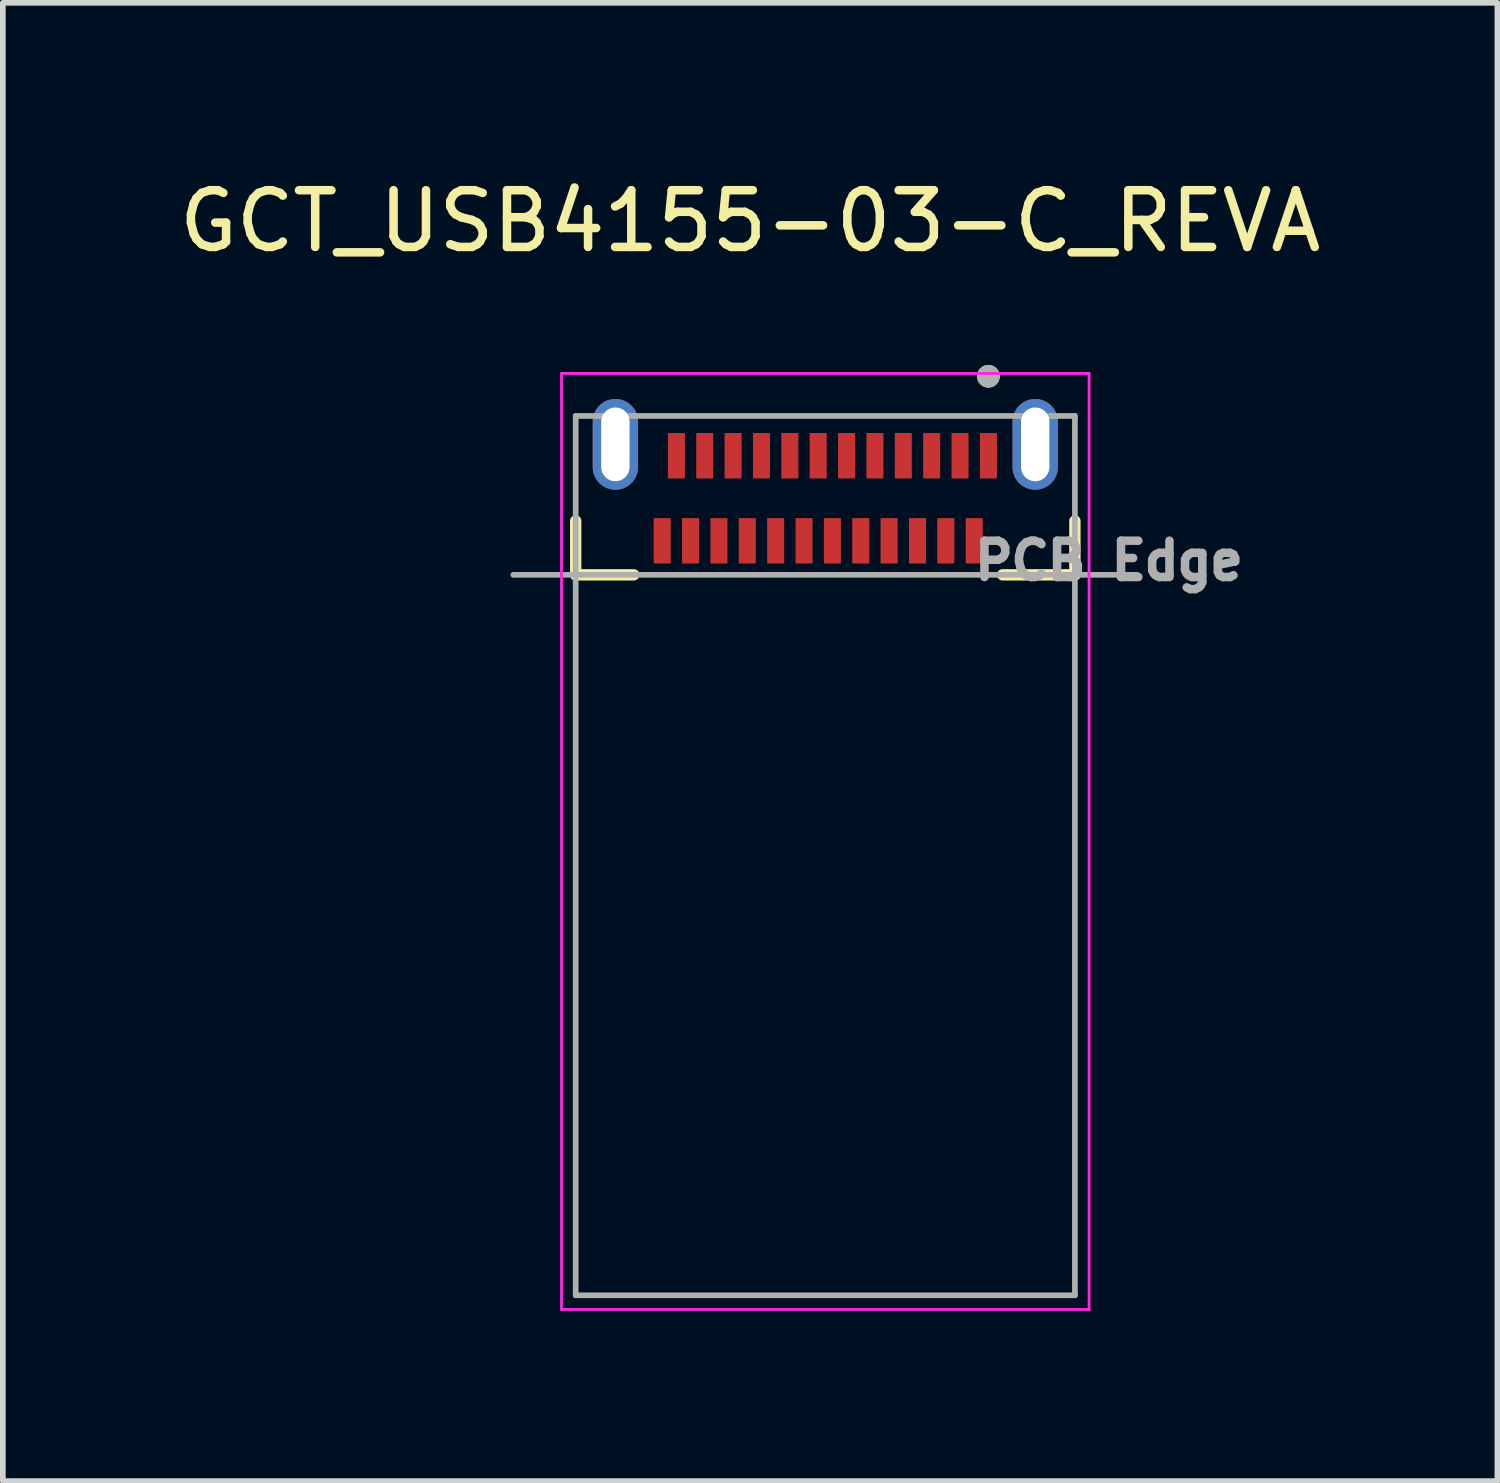
<source format=kicad_pcb>
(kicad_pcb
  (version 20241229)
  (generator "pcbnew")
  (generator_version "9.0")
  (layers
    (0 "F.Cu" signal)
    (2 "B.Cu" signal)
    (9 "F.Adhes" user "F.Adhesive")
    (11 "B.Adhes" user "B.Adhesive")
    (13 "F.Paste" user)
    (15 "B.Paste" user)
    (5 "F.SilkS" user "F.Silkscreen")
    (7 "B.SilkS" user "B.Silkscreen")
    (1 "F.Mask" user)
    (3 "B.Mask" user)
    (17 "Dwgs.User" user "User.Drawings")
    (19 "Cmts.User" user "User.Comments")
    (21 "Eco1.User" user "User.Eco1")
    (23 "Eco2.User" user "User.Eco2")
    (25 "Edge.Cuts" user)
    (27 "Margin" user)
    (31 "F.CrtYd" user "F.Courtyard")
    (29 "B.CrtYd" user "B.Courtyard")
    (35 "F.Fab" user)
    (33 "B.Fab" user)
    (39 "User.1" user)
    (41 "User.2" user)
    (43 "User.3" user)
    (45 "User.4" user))
  (footprint "GCT_USB4155-03-C_REVA"
    (layer "F.Cu")
    (at 11.498 5.733)
    (property "Reference" "GCT_USB4155-03-C_REVA" (at -1.325 -4.885 0) (layer "F.SilkS") (effects (font (size 1 1) (thickness 0.15))))
    (attr smd)
    (fp_poly (pts (xy -3.7 -1.95) (xy -3.731 -1.949) (xy -3.763 -1.947) (xy -3.794 -1.943) (xy -3.825 -1.937) (xy -3.855 -1.93) (xy -3.885 -1.921) (xy -3.915 -1.91) (xy -3.944 -1.898) (xy -3.972 -1.885) (xy -4 -1.87) (xy -4.027 -1.853) (xy -4.053 -1.835) (xy -4.078 -1.816) (xy -4.101 -1.796) (xy -4.124 -1.774) (xy -4.146 -1.751) (xy -4.166 -1.728) (xy -4.185 -1.703) (xy -4.203 -1.677) (xy -4.22 -1.65) (xy -4.235 -1.622) (xy -4.248 -1.594) (xy -4.26 -1.565) (xy -4.271 -1.535) (xy -4.28 -1.505) (xy -4.287 -1.475) (xy -4.293 -1.444) (xy -4.297 -1.413) (xy -4.299 -1.381) (xy -4.3 -1.35) (xy -4.3 -0.55) (xy -4.299 -0.519) (xy -4.297 -0.487) (xy -4.293 -0.456) (xy -4.287 -0.425) (xy -4.28 -0.395) (xy -4.271 -0.365) (xy -4.26 -0.335) (xy -4.248 -0.306) (xy -4.235 -0.278) (xy -4.22 -0.25) (xy -4.203 -0.223) (xy -4.185 -0.197) (xy -4.166 -0.172) (xy -4.146 -0.149) (xy -4.124 -0.126) (xy -4.101 -0.104) (xy -4.078 -0.084) (xy -4.053 -0.065) (xy -4.027 -0.047) (xy -4 -0.03) (xy -3.972 -0.015) (xy -3.944 -0.002) (xy -3.915 0.01) (xy -3.885 0.021) (xy -3.855 0.03) (xy -3.825 0.037) (xy -3.794 0.043) (xy -3.763 0.047) (xy -3.731 0.049) (xy -3.7 0.05) (xy -3.669 0.049) (xy -3.637 0.047) (xy -3.606 0.043) (xy -3.575 0.037) (xy -3.545 0.03) (xy -3.515 0.021) (xy -3.485 0.01) (xy -3.456 -0.002) (xy -3.428 -0.015) (xy -3.4 -0.03) (xy -3.373 -0.047) (xy -3.347 -0.065) (xy -3.322 -0.084) (xy -3.299 -0.104) (xy -3.276 -0.126) (xy -3.254 -0.149) (xy -3.234 -0.172) (xy -3.215 -0.197) (xy -3.197 -0.223) (xy -3.18 -0.25) (xy -3.165 -0.278) (xy -3.152 -0.306) (xy -3.14 -0.335) (xy -3.129 -0.365) (xy -3.12 -0.395) (xy -3.113 -0.425) (xy -3.107 -0.456) (xy -3.103 -0.487) (xy -3.101 -0.519) (xy -3.1 -0.55) (xy -3.1 -1.35) (xy -3.101 -1.381) (xy -3.103 -1.413) (xy -3.107 -1.444) (xy -3.113 -1.475) (xy -3.12 -1.505) (xy -3.129 -1.535) (xy -3.14 -1.565) (xy -3.152 -1.594) (xy -3.165 -1.622) (xy -3.18 -1.65) (xy -3.197 -1.677) (xy -3.215 -1.703) (xy -3.234 -1.728) (xy -3.254 -1.751) (xy -3.276 -1.774) (xy -3.299 -1.796) (xy -3.322 -1.816) (xy -3.347 -1.835) (xy -3.373 -1.853) (xy -3.4 -1.87) (xy -3.428 -1.885) (xy -3.456 -1.898) (xy -3.485 -1.91) (xy -3.515 -1.921) (xy -3.545 -1.93) (xy -3.575 -1.937) (xy -3.606 -1.943) (xy -3.637 -1.947) (xy -3.669 -1.949) (xy -3.7 -1.95)) (stroke (width 0.01) (type solid)) (fill yes) (layer "F.Mask"))
    (fp_poly (pts (xy 3.7 -1.95) (xy 3.669 -1.949) (xy 3.637 -1.947) (xy 3.606 -1.943) (xy 3.575 -1.937) (xy 3.545 -1.93) (xy 3.515 -1.921) (xy 3.485 -1.91) (xy 3.456 -1.898) (xy 3.428 -1.885) (xy 3.4 -1.87) (xy 3.373 -1.853) (xy 3.347 -1.835) (xy 3.322 -1.816) (xy 3.299 -1.796) (xy 3.276 -1.774) (xy 3.254 -1.751) (xy 3.234 -1.728) (xy 3.215 -1.703) (xy 3.197 -1.677) (xy 3.18 -1.65) (xy 3.165 -1.622) (xy 3.152 -1.594) (xy 3.14 -1.565) (xy 3.129 -1.535) (xy 3.12 -1.505) (xy 3.113 -1.475) (xy 3.107 -1.444) (xy 3.103 -1.413) (xy 3.101 -1.381) (xy 3.1 -1.35) (xy 3.1 -0.55) (xy 3.101 -0.519) (xy 3.103 -0.487) (xy 3.107 -0.456) (xy 3.113 -0.425) (xy 3.12 -0.395) (xy 3.129 -0.365) (xy 3.14 -0.335) (xy 3.152 -0.306) (xy 3.165 -0.278) (xy 3.18 -0.25) (xy 3.197 -0.223) (xy 3.215 -0.197) (xy 3.234 -0.172) (xy 3.254 -0.149) (xy 3.276 -0.126) (xy 3.299 -0.104) (xy 3.322 -0.084) (xy 3.347 -0.065) (xy 3.373 -0.047) (xy 3.4 -0.03) (xy 3.428 -0.015) (xy 3.456 -0.002) (xy 3.485 0.01) (xy 3.515 0.021) (xy 3.545 0.03) (xy 3.575 0.037) (xy 3.606 0.043) (xy 3.637 0.047) (xy 3.669 0.049) (xy 3.7 0.05) (xy 3.731 0.049) (xy 3.763 0.047) (xy 3.794 0.043) (xy 3.825 0.037) (xy 3.855 0.03) (xy 3.885 0.021) (xy 3.915 0.01) (xy 3.944 -0.002) (xy 3.972 -0.015) (xy 4 -0.03) (xy 4.027 -0.047) (xy 4.053 -0.065) (xy 4.078 -0.084) (xy 4.101 -0.104) (xy 4.124 -0.126) (xy 4.146 -0.149) (xy 4.166 -0.172) (xy 4.185 -0.197) (xy 4.203 -0.223) (xy 4.22 -0.25) (xy 4.235 -0.278) (xy 4.248 -0.306) (xy 4.26 -0.335) (xy 4.271 -0.365) (xy 4.28 -0.395) (xy 4.287 -0.425) (xy 4.293 -0.456) (xy 4.297 -0.487) (xy 4.299 -0.519) (xy 4.3 -0.55) (xy 4.3 -1.35) (xy 4.299 -1.381) (xy 4.297 -1.413) (xy 4.293 -1.444) (xy 4.287 -1.475) (xy 4.28 -1.505) (xy 4.271 -1.535) (xy 4.26 -1.565) (xy 4.248 -1.594) (xy 4.235 -1.622) (xy 4.22 -1.65) (xy 4.203 -1.677) (xy 4.185 -1.703) (xy 4.166 -1.728) (xy 4.146 -1.751) (xy 4.124 -1.774) (xy 4.101 -1.796) (xy 4.078 -1.816) (xy 4.053 -1.835) (xy 4.027 -1.853) (xy 4 -1.87) (xy 3.972 -1.885) (xy 3.944 -1.898) (xy 3.915 -1.91) (xy 3.885 -1.921) (xy 3.855 -1.93) (xy 3.825 -1.937) (xy 3.794 -1.943) (xy 3.763 -1.947) (xy 3.731 -1.949) (xy 3.7 -1.95)) (stroke (width 0.01) (type solid)) (fill yes) (layer "F.Mask"))
    (fp_poly (pts (xy -3.7 -1.95) (xy -3.731 -1.949) (xy -3.763 -1.947) (xy -3.794 -1.943) (xy -3.825 -1.937) (xy -3.855 -1.93) (xy -3.885 -1.921) (xy -3.915 -1.91) (xy -3.944 -1.898) (xy -3.972 -1.885) (xy -4 -1.87) (xy -4.027 -1.853) (xy -4.053 -1.835) (xy -4.078 -1.816) (xy -4.101 -1.796) (xy -4.124 -1.774) (xy -4.146 -1.751) (xy -4.166 -1.728) (xy -4.185 -1.703) (xy -4.203 -1.677) (xy -4.22 -1.65) (xy -4.235 -1.622) (xy -4.248 -1.594) (xy -4.26 -1.565) (xy -4.271 -1.535) (xy -4.28 -1.505) (xy -4.287 -1.475) (xy -4.293 -1.444) (xy -4.297 -1.413) (xy -4.299 -1.381) (xy -4.3 -1.35) (xy -4.3 -0.55) (xy -4.299 -0.519) (xy -4.297 -0.487) (xy -4.293 -0.456) (xy -4.287 -0.425) (xy -4.28 -0.395) (xy -4.271 -0.365) (xy -4.26 -0.335) (xy -4.248 -0.306) (xy -4.235 -0.278) (xy -4.22 -0.25) (xy -4.203 -0.223) (xy -4.185 -0.197) (xy -4.166 -0.172) (xy -4.146 -0.149) (xy -4.124 -0.126) (xy -4.101 -0.104) (xy -4.078 -0.084) (xy -4.053 -0.065) (xy -4.027 -0.047) (xy -4 -0.03) (xy -3.972 -0.015) (xy -3.944 -0.002) (xy -3.915 0.01) (xy -3.885 0.021) (xy -3.855 0.03) (xy -3.825 0.037) (xy -3.794 0.043) (xy -3.763 0.047) (xy -3.731 0.049) (xy -3.7 0.05) (xy -3.669 0.049) (xy -3.637 0.047) (xy -3.606 0.043) (xy -3.575 0.037) (xy -3.545 0.03) (xy -3.515 0.021) (xy -3.485 0.01) (xy -3.456 -0.002) (xy -3.428 -0.015) (xy -3.4 -0.03) (xy -3.373 -0.047) (xy -3.347 -0.065) (xy -3.322 -0.084) (xy -3.299 -0.104) (xy -3.276 -0.126) (xy -3.254 -0.149) (xy -3.234 -0.172) (xy -3.215 -0.197) (xy -3.197 -0.223) (xy -3.18 -0.25) (xy -3.165 -0.278) (xy -3.152 -0.306) (xy -3.14 -0.335) (xy -3.129 -0.365) (xy -3.12 -0.395) (xy -3.113 -0.425) (xy -3.107 -0.456) (xy -3.103 -0.487) (xy -3.101 -0.519) (xy -3.1 -0.55) (xy -3.1 -1.35) (xy -3.101 -1.381) (xy -3.103 -1.413) (xy -3.107 -1.444) (xy -3.113 -1.475) (xy -3.12 -1.505) (xy -3.129 -1.535) (xy -3.14 -1.565) (xy -3.152 -1.594) (xy -3.165 -1.622) (xy -3.18 -1.65) (xy -3.197 -1.677) (xy -3.215 -1.703) (xy -3.234 -1.728) (xy -3.254 -1.751) (xy -3.276 -1.774) (xy -3.299 -1.796) (xy -3.322 -1.816) (xy -3.347 -1.835) (xy -3.373 -1.853) (xy -3.4 -1.87) (xy -3.428 -1.885) (xy -3.456 -1.898) (xy -3.485 -1.91) (xy -3.515 -1.921) (xy -3.545 -1.93) (xy -3.575 -1.937) (xy -3.606 -1.943) (xy -3.637 -1.947) (xy -3.669 -1.949) (xy -3.7 -1.95)) (stroke (width 0.01) (type solid)) (fill yes) (layer "B.Mask"))
    (fp_poly (pts (xy 3.7 -1.95) (xy 3.669 -1.949) (xy 3.637 -1.947) (xy 3.606 -1.943) (xy 3.575 -1.937) (xy 3.545 -1.93) (xy 3.515 -1.921) (xy 3.485 -1.91) (xy 3.456 -1.898) (xy 3.428 -1.885) (xy 3.4 -1.87) (xy 3.373 -1.853) (xy 3.347 -1.835) (xy 3.322 -1.816) (xy 3.299 -1.796) (xy 3.276 -1.774) (xy 3.254 -1.751) (xy 3.234 -1.728) (xy 3.215 -1.703) (xy 3.197 -1.677) (xy 3.18 -1.65) (xy 3.165 -1.622) (xy 3.152 -1.594) (xy 3.14 -1.565) (xy 3.129 -1.535) (xy 3.12 -1.505) (xy 3.113 -1.475) (xy 3.107 -1.444) (xy 3.103 -1.413) (xy 3.101 -1.381) (xy 3.1 -1.35) (xy 3.1 -0.55) (xy 3.101 -0.519) (xy 3.103 -0.487) (xy 3.107 -0.456) (xy 3.113 -0.425) (xy 3.12 -0.395) (xy 3.129 -0.365) (xy 3.14 -0.335) (xy 3.152 -0.306) (xy 3.165 -0.278) (xy 3.18 -0.25) (xy 3.197 -0.223) (xy 3.215 -0.197) (xy 3.234 -0.172) (xy 3.254 -0.149) (xy 3.276 -0.126) (xy 3.299 -0.104) (xy 3.322 -0.084) (xy 3.347 -0.065) (xy 3.373 -0.047) (xy 3.4 -0.03) (xy 3.428 -0.015) (xy 3.456 -0.002) (xy 3.485 0.01) (xy 3.515 0.021) (xy 3.545 0.03) (xy 3.575 0.037) (xy 3.606 0.043) (xy 3.637 0.047) (xy 3.669 0.049) (xy 3.7 0.05) (xy 3.731 0.049) (xy 3.763 0.047) (xy 3.794 0.043) (xy 3.825 0.037) (xy 3.855 0.03) (xy 3.885 0.021) (xy 3.915 0.01) (xy 3.944 -0.002) (xy 3.972 -0.015) (xy 4 -0.03) (xy 4.027 -0.047) (xy 4.053 -0.065) (xy 4.078 -0.084) (xy 4.101 -0.104) (xy 4.124 -0.126) (xy 4.146 -0.149) (xy 4.166 -0.172) (xy 4.185 -0.197) (xy 4.203 -0.223) (xy 4.22 -0.25) (xy 4.235 -0.278) (xy 4.248 -0.306) (xy 4.26 -0.335) (xy 4.271 -0.365) (xy 4.28 -0.395) (xy 4.287 -0.425) (xy 4.293 -0.456) (xy 4.297 -0.487) (xy 4.299 -0.519) (xy 4.3 -0.55) (xy 4.3 -1.35) (xy 4.299 -1.381) (xy 4.297 -1.413) (xy 4.293 -1.444) (xy 4.287 -1.475) (xy 4.28 -1.505) (xy 4.271 -1.535) (xy 4.26 -1.565) (xy 4.248 -1.594) (xy 4.235 -1.622) (xy 4.22 -1.65) (xy 4.203 -1.677) (xy 4.185 -1.703) (xy 4.166 -1.728) (xy 4.146 -1.751) (xy 4.124 -1.774) (xy 4.101 -1.796) (xy 4.078 -1.816) (xy 4.053 -1.835) (xy 4.027 -1.853) (xy 4 -1.87) (xy 3.972 -1.885) (xy 3.944 -1.898) (xy 3.915 -1.91) (xy 3.885 -1.921) (xy 3.855 -1.93) (xy 3.825 -1.937) (xy 3.794 -1.943) (xy 3.763 -1.947) (xy 3.731 -1.949) (xy 3.7 -1.95)) (stroke (width 0.01) (type solid)) (fill yes) (layer "B.Mask"))
    (fp_line (start -4.4 1.35) (end -4.4 0.4) (stroke (width 0.2) (type solid)) (layer "F.SilkS"))
    (fp_line (start -4.4 1.35) (end -3.375 1.35) (stroke (width 0.2) (type solid)) (layer "F.SilkS"))
    (fp_line (start 3.125 1.35) (end 4.4 1.35) (stroke (width 0.2) (type solid)) (layer "F.SilkS"))
    (fp_line (start 4.4 1.35) (end 4.4 0.4) (stroke (width 0.2) (type solid)) (layer "F.SilkS"))
    (fp_circle (center 2.875 -2.15) (end 2.975 -2.15) (stroke (width 0.2) (type solid)) (fill no) (layer "F.SilkS"))
    (fp_line (start -4.65 -2.2) (end 4.65 -2.2) (stroke (width 0.05) (type solid)) (layer "F.CrtYd"))
    (fp_line (start -4.65 14.3) (end -4.65 -2.2) (stroke (width 0.05) (type solid)) (layer "F.CrtYd"))
    (fp_line (start -4.65 14.3) (end 4.65 14.3) (stroke (width 0.05) (type solid)) (layer "F.CrtYd"))
    (fp_line (start 4.65 14.3) (end 4.65 -2.2) (stroke (width 0.05) (type solid)) (layer "F.CrtYd"))
    (fp_line (start -5.5 1.35) (end 5.5 1.35) (stroke (width 0.1) (type solid)) (layer "F.Fab"))
    (fp_line (start -4.4 -1.45) (end 4.4 -1.45) (stroke (width 0.1) (type solid)) (layer "F.Fab"))
    (fp_line (start -4.4 14.05) (end -4.4 -1.45) (stroke (width 0.1) (type solid)) (layer "F.Fab"))
    (fp_line (start -4.4 14.05) (end 4.4 14.05) (stroke (width 0.1) (type solid)) (layer "F.Fab"))
    (fp_line (start 4.4 14.05) (end 4.4 -1.45) (stroke (width 0.1) (type solid)) (layer "F.Fab"))
    (fp_circle (center 2.875 -2.15) (end 2.975 -2.15) (stroke (width 0.2) (type solid)) (fill no) (layer "F.Fab"))
    (fp_text user "PCB Edge" (at 5 1.1 0) (layer "F.Fab") (effects (font (size 0.64 0.64) (thickness 0.15))))
    (pad "A1" smd rect (at 2.875 -0.75) (size 0.3 0.8) (layers "F.Cu" "F.Mask" "F.Paste"))
    (pad "A2" smd rect (at 2.375 -0.75) (size 0.3 0.8) (layers "F.Cu" "F.Mask" "F.Paste"))
    (pad "A3" smd rect (at 1.875 -0.75) (size 0.3 0.8) (layers "F.Cu" "F.Mask" "F.Paste"))
    (pad "A4" smd rect (at 1.375 -0.75) (size 0.3 0.8) (layers "F.Cu" "F.Mask" "F.Paste"))
    (pad "A5" smd rect (at 0.875 -0.75) (size 0.3 0.8) (layers "F.Cu" "F.Mask" "F.Paste"))
    (pad "A6" smd rect (at 0.375 -0.75) (size 0.3 0.8) (layers "F.Cu" "F.Mask" "F.Paste"))
    (pad "A7" smd rect (at -0.125 -0.75) (size 0.3 0.8) (layers "F.Cu" "F.Mask" "F.Paste"))
    (pad "A8" smd rect (at -0.625 -0.75) (size 0.3 0.8) (layers "F.Cu" "F.Mask" "F.Paste"))
    (pad "A9" smd rect (at -1.125 -0.75) (size 0.3 0.8) (layers "F.Cu" "F.Mask" "F.Paste"))
    (pad "A10" smd rect (at -1.625 -0.75) (size 0.3 0.8) (layers "F.Cu" "F.Mask" "F.Paste"))
    (pad "A11" smd rect (at -2.125 -0.75) (size 0.3 0.8) (layers "F.Cu" "F.Mask" "F.Paste"))
    (pad "A12" smd rect (at -2.625 -0.75) (size 0.3 0.8) (layers "F.Cu" "F.Mask" "F.Paste"))
    (pad "B1" smd rect (at -2.875 0.75) (size 0.3 0.8) (layers "F.Cu" "F.Mask" "F.Paste"))
    (pad "B2" smd rect (at -2.375 0.75) (size 0.3 0.8) (layers "F.Cu" "F.Mask" "F.Paste"))
    (pad "B3" smd rect (at -1.875 0.75) (size 0.3 0.8) (layers "F.Cu" "F.Mask" "F.Paste"))
    (pad "B4" smd rect (at -1.375 0.75) (size 0.3 0.8) (layers "F.Cu" "F.Mask" "F.Paste"))
    (pad "B5" smd rect (at -0.875 0.75) (size 0.3 0.8) (layers "F.Cu" "F.Mask" "F.Paste"))
    (pad "B6" smd rect (at -0.375 0.75) (size 0.3 0.8) (layers "F.Cu" "F.Mask" "F.Paste"))
    (pad "B7" smd rect (at 0.125 0.75) (size 0.3 0.8) (layers "F.Cu" "F.Mask" "F.Paste"))
    (pad "B8" smd rect (at 0.625 0.75) (size 0.3 0.8) (layers "F.Cu" "F.Mask" "F.Paste"))
    (pad "B9" smd rect (at 1.125 0.75) (size 0.3 0.8) (layers "F.Cu" "F.Mask" "F.Paste"))
    (pad "B10" smd rect (at 1.625 0.75) (size 0.3 0.8) (layers "F.Cu" "F.Mask" "F.Paste"))
    (pad "B11" smd rect (at 2.125 0.75) (size 0.3 0.8) (layers "F.Cu" "F.Mask" "F.Paste"))
    (pad "B12" smd rect (at 2.625 0.75) (size 0.3 0.8) (layers "F.Cu" "F.Mask" "F.Paste"))
    (pad "S1" thru_hole oval (at -3.7 -0.95) (size 0.8 1.6) (drill oval 0.5 1.3) (layers "*.Cu"))
    (pad "S2" thru_hole oval (at 3.7 -0.95) (size 0.8 1.6) (drill oval 0.5 1.3) (layers "*.Cu")))
  (gr_rect
    (start -3 -3)
    (end 23.345 23.058)
    (stroke (width 0.1) (type default))
    (fill no)
    (layer "Edge.Cuts")))
</source>
